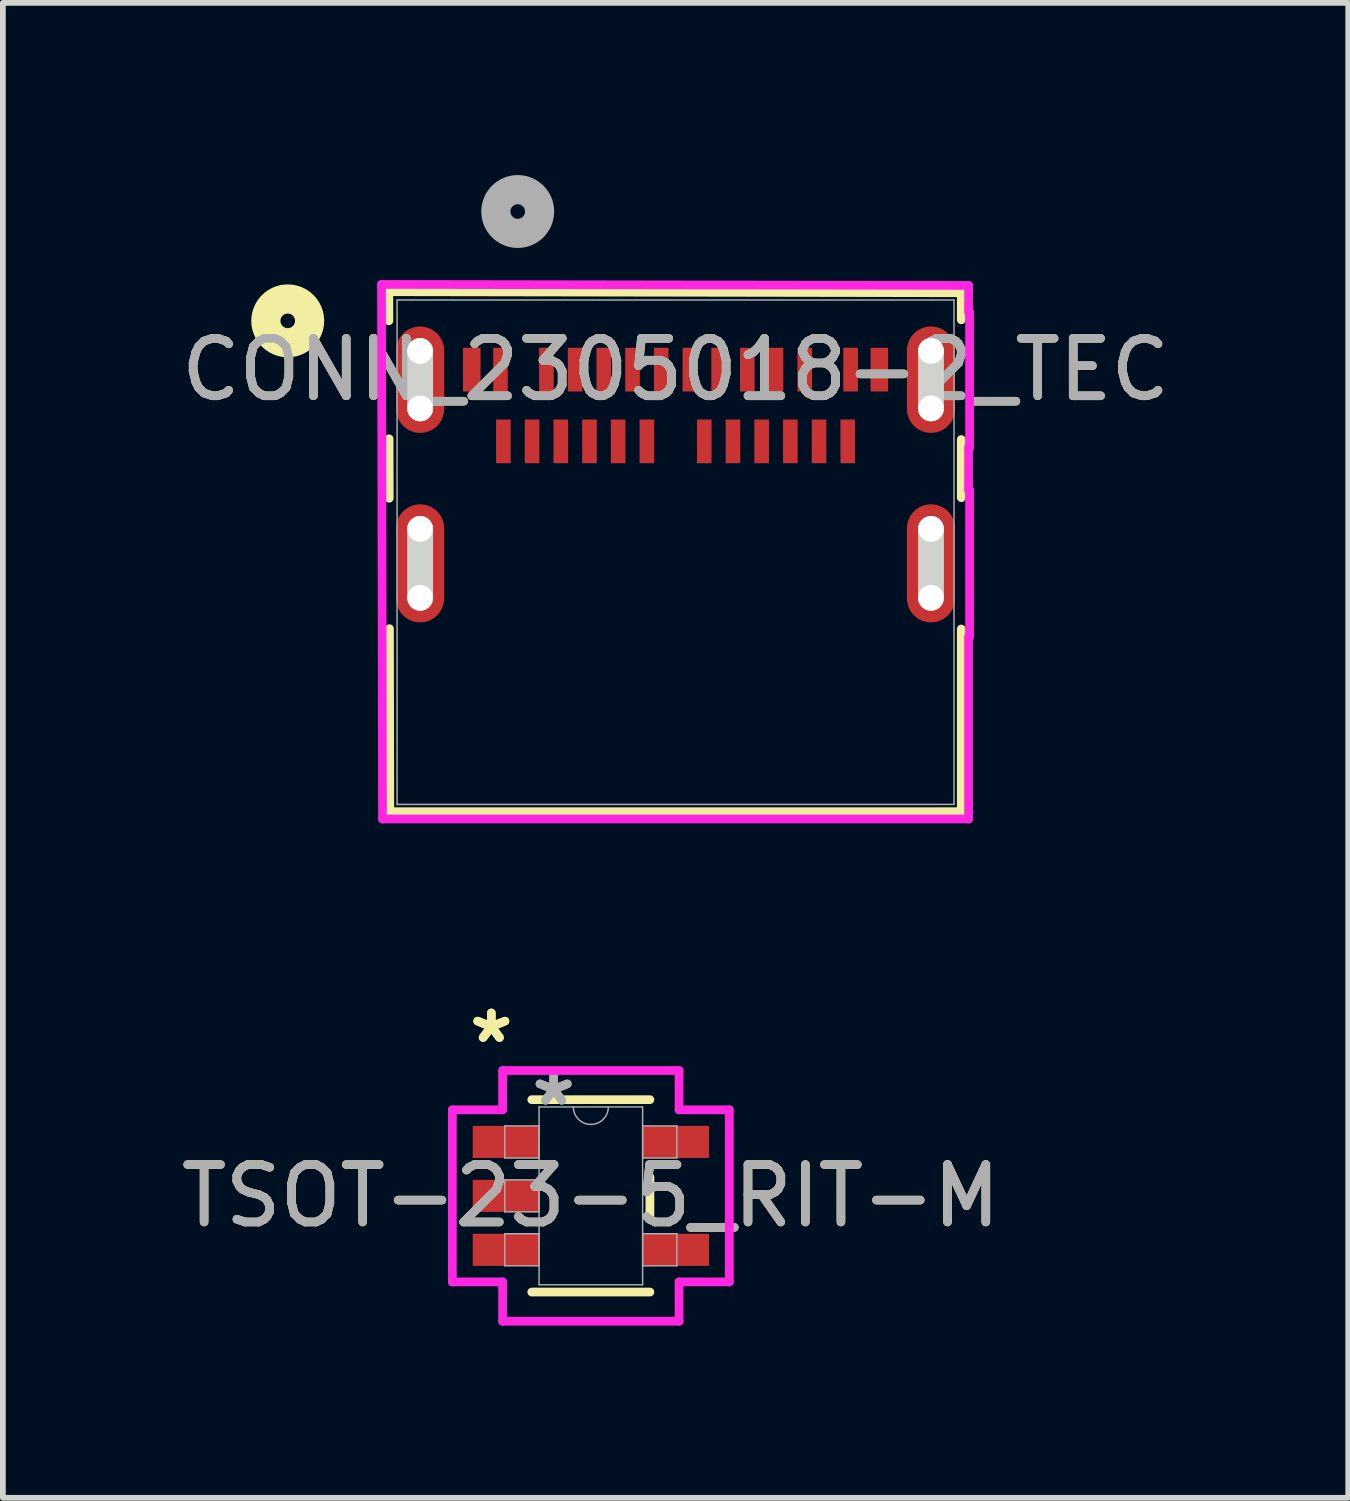
<source format=kicad_pcb>
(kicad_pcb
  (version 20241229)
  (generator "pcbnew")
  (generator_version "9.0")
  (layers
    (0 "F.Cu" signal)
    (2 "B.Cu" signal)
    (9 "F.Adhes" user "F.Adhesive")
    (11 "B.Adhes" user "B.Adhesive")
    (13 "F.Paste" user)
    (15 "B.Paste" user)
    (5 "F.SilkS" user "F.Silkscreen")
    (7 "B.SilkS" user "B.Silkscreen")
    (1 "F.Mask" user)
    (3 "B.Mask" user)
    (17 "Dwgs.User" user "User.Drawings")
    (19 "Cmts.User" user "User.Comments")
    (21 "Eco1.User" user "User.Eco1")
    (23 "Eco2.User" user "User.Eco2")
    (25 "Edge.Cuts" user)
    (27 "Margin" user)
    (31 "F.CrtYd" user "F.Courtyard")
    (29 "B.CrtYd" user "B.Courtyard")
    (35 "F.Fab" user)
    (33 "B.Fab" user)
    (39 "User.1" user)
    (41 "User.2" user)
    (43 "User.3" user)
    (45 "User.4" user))
  (footprint "CONN_2305018-2_TEC"
    (layer "F.Cu")
    (at 8.711 6.562)
    (property "Reference" "CONN_2305018-2_TEC" (at 0.009 -3.172 0) (unlocked yes) (layer "F.SilkS") (effects (font (size 1 1) (thickness 0.15))))
    (attr smd)
    (fp_line (start -4.987 -4.53) (end 4.987 -4.512) (stroke (width 0.152) (type solid)) (layer "F.SilkS"))
    (fp_line (start -4.986 -4.023) (end -4.987 -4.53) (stroke (width 0.152) (type solid)) (layer "F.SilkS"))
    (fp_line (start -4.98 -0.931) (end -4.982 -1.967) (stroke (width 0.152) (type solid)) (layer "F.SilkS"))
    (fp_line (start -4.97 4.53) (end -4.976 1.341) (stroke (width 0.152) (type solid)) (layer "F.SilkS"))
    (fp_line (start 4.987 -4.512) (end 4.987 -4.04) (stroke (width 0.152) (type solid)) (layer "F.SilkS"))
    (fp_line (start 4.987 -1.954) (end 4.987 -0.941) (stroke (width 0.152) (type solid)) (layer "F.SilkS"))
    (fp_line (start 4.987 1.347) (end 4.987 4.53) (stroke (width 0.152) (type solid)) (layer "F.SilkS"))
    (fp_line (start 4.987 4.53) (end -4.97 4.53) (stroke (width 0.152) (type solid)) (layer "F.SilkS"))
    (fp_circle (center -6.748 -4.022) (end -6.367 -4.022) (stroke (width 0.508) (type solid)) (fill no) (layer "F.SilkS"))
    (fp_line (start -4.441 -2.497) (end -4.441 -3.497) (stroke (width 0.45) (type solid)) (layer "Edge.Cuts"))
    (fp_line (start -4.441 0.803) (end -4.441 -0.397) (stroke (width 0.45) (type solid)) (layer "Edge.Cuts"))
    (fp_line (start 4.459 -2.497) (end 4.459 -3.497) (stroke (width 0.45) (type solid)) (layer "Edge.Cuts"))
    (fp_line (start 4.459 0.803) (end 4.459 -0.397) (stroke (width 0.45) (type solid)) (layer "Edge.Cuts"))
    (fp_line (start -5.114 -4.657) (end -5.097 4.657) (stroke (width 0.152) (type solid)) (layer "F.CrtYd"))
    (fp_line (start -5.097 4.657) (end 5.114 4.657) (stroke (width 0.152) (type solid)) (layer "F.CrtYd"))
    (fp_line (start 5.114 -4.639) (end -5.114 -4.657) (stroke (width 0.152) (type solid)) (layer "F.CrtYd"))
    (fp_line (start 5.114 -4.178) (end 5.114 -4.639) (stroke (width 0.152) (type solid)) (layer "F.CrtYd"))
    (fp_line (start 5.114 -1.816) (end 5.132 -1.816) (stroke (width 0.152) (type solid)) (layer "F.CrtYd"))
    (fp_line (start 5.114 -1.08) (end 5.114 -1.816) (stroke (width 0.152) (type solid)) (layer "F.CrtYd"))
    (fp_line (start 5.114 1.486) (end 5.132 1.486) (stroke (width 0.152) (type solid)) (layer "F.CrtYd"))
    (fp_line (start 5.114 4.657) (end 5.114 1.486) (stroke (width 0.152) (type solid)) (layer "F.CrtYd"))
    (fp_line (start 5.132 -4.178) (end 5.114 -4.178) (stroke (width 0.152) (type solid)) (layer "F.CrtYd"))
    (fp_line (start 5.132 -1.816) (end 5.132 -4.178) (stroke (width 0.152) (type solid)) (layer "F.CrtYd"))
    (fp_line (start 5.132 -1.08) (end 5.114 -1.08) (stroke (width 0.152) (type solid)) (layer "F.CrtYd"))
    (fp_line (start 5.132 1.486) (end 5.132 -1.08) (stroke (width 0.152) (type solid)) (layer "F.CrtYd"))
    (fp_line (start -4.843 -4.385) (end -4.843 4.403) (stroke (width 0.025) (type solid)) (layer "F.Fab"))
    (fp_line (start -4.843 4.403) (end 4.86 4.403) (stroke (width 0.025) (type solid)) (layer "F.Fab"))
    (fp_line (start 4.86 -4.385) (end -4.843 -4.385) (stroke (width 0.025) (type solid)) (layer "F.Fab"))
    (fp_line (start 4.86 4.403) (end 4.86 -4.385) (stroke (width 0.025) (type solid)) (layer "F.Fab"))
    (fp_circle (center -2.741 -5.927) (end -2.36 -5.927) (stroke (width 0.508) (type solid)) (fill no) (layer "F.Fab"))
    (fp_text user "${REFERENCE}" (at 0.009 -3.172 0) (unlocked yes) (layer "F.Fab") (effects (font (size 1 1) (thickness 0.15))))
    (pad "" np_thru_hole circle (at -4.441 -3.497) (size 0.45 0.45) (drill 0.45) (layers "*.Cu" "*.Mask"))
    (pad "" np_thru_hole circle (at -4.441 -2.497) (size 0.45 0.45) (drill 0.45) (layers "*.Cu" "*.Mask"))
    (pad "" np_thru_hole circle (at -4.441 -0.397) (size 0.45 0.45) (drill 0.45) (layers "*.Cu" "*.Mask"))
    (pad "" np_thru_hole circle (at -4.441 0.803) (size 0.45 0.45) (drill 0.45) (layers "*.Cu" "*.Mask"))
    (pad "" np_thru_hole circle (at 4.459 -3.497) (size 0.45 0.45) (drill 0.45) (layers "*.Cu" "*.Mask"))
    (pad "" np_thru_hole circle (at 4.459 -2.497) (size 0.45 0.45) (drill 0.45) (layers "*.Cu" "*.Mask"))
    (pad "" np_thru_hole circle (at 4.459 -0.397) (size 0.45 0.45) (drill 0.45) (layers "*.Cu" "*.Mask"))
    (pad "" np_thru_hole circle (at 4.459 0.803) (size 0.45 0.45) (drill 0.45) (layers "*.Cu" "*.Mask"))
    (pad "25" smd rect (at -3.541 -3.172) (size 0.305 0.762) (layers "F.Cu" "F.Mask" "F.Paste"))
    (pad "26" smd rect (at 3.559 -3.172) (size 0.305 0.762) (layers "F.Cu" "F.Mask" "F.Paste"))
    (pad "27" smd oval (at -4.441 -2.997) (size 0.838 1.854) (layers "F.Cu" "F.Mask" "F.Paste"))
    (pad "28" smd oval (at 4.459 -2.997) (size 0.838 1.854) (layers "F.Cu" "F.Mask" "F.Paste"))
    (pad "29" smd oval (at -4.441 0.203) (size 0.838 2.057) (layers "F.Cu" "F.Mask" "F.Paste"))
    (pad "30" smd oval (at 4.459 0.203) (size 0.838 2.057) (layers "F.Cu" "F.Mask" "F.Paste"))
    (pad "A1" smd rect (at -3.041 -3.172) (size 0.254 0.762) (layers "F.Cu" "F.Mask" "F.Paste"))
    (pad "A2" smd rect (at -2.241 -3.172) (size 0.254 0.762) (layers "F.Cu" "F.Mask" "F.Paste"))
    (pad "A3" smd rect (at -1.741 -3.172) (size 0.254 0.762) (layers "F.Cu" "F.Mask" "F.Paste"))
    (pad "A4" smd rect (at -1.241 -3.172) (size 0.254 0.762) (layers "F.Cu" "F.Mask" "F.Paste"))
    (pad "A5" smd rect (at -0.741 -3.172) (size 0.254 0.762) (layers "F.Cu" "F.Mask" "F.Paste"))
    (pad "A6" smd rect (at -0.241 -3.172) (size 0.254 0.762) (layers "F.Cu" "F.Mask" "F.Paste"))
    (pad "A7" smd rect (at 0.259 -3.172) (size 0.254 0.762) (layers "F.Cu" "F.Mask" "F.Paste"))
    (pad "A8" smd rect (at 0.759 -3.172) (size 0.254 0.762) (layers "F.Cu" "F.Mask" "F.Paste"))
    (pad "A9" smd rect (at 1.259 -3.172) (size 0.254 0.762) (layers "F.Cu" "F.Mask" "F.Paste"))
    (pad "A10" smd rect (at 1.759 -3.172) (size 0.254 0.762) (layers "F.Cu" "F.Mask" "F.Paste"))
    (pad "A11" smd rect (at 2.259 -3.172) (size 0.254 0.762) (layers "F.Cu" "F.Mask" "F.Paste"))
    (pad "A12" smd rect (at 3.059 -3.172) (size 0.254 0.762) (layers "F.Cu" "F.Mask" "F.Paste"))
    (pad "B1" smd rect (at 3.009 -1.922) (size 0.254 0.762) (layers "F.Cu" "F.Mask" "F.Paste"))
    (pad "B2" smd rect (at 2.509 -1.922) (size 0.254 0.762) (layers "F.Cu" "F.Mask" "F.Paste"))
    (pad "B3" smd rect (at 2.009 -1.922) (size 0.254 0.762) (layers "F.Cu" "F.Mask" "F.Paste"))
    (pad "B4" smd rect (at 1.509 -1.922) (size 0.254 0.762) (layers "F.Cu" "F.Mask" "F.Paste"))
    (pad "B5" smd rect (at 1.009 -1.922) (size 0.254 0.762) (layers "F.Cu" "F.Mask" "F.Paste"))
    (pad "B6" smd rect (at 0.509 -1.922) (size 0.254 0.762) (layers "F.Cu" "F.Mask" "F.Paste"))
    (pad "B7" smd rect (at -0.491 -1.922) (size 0.254 0.762) (layers "F.Cu" "F.Mask" "F.Paste"))
    (pad "B8" smd rect (at -0.991 -1.922) (size 0.254 0.762) (layers "F.Cu" "F.Mask" "F.Paste"))
    (pad "B9" smd rect (at -1.491 -1.922) (size 0.254 0.762) (layers "F.Cu" "F.Mask" "F.Paste"))
    (pad "B10" smd rect (at -1.991 -1.922) (size 0.254 0.762) (layers "F.Cu" "F.Mask" "F.Paste"))
    (pad "B11" smd rect (at -2.491 -1.922) (size 0.254 0.762) (layers "F.Cu" "F.Mask" "F.Paste"))
    (pad "B12" smd rect (at -2.991 -1.922) (size 0.254 0.762) (layers "F.Cu" "F.Mask" "F.Paste")))
  (footprint "TSOT-23-5_RIT-M"
    (layer "F.Cu")
    (at 7.244 17.785)
    (property "Reference" "TSOT-23-5_RIT-M" (at 0 0 0) (unlocked yes) (layer "F.SilkS") (effects (font (size 1 1) (thickness 0.15))))
    (attr smd)
    (fp_line (start -1.029 1.676) (end 1.029 1.676) (stroke (width 0.152) (type solid)) (layer "F.SilkS"))
    (fp_line (start 1.029 -1.676) (end -1.029 -1.676) (stroke (width 0.152) (type solid)) (layer "F.SilkS"))
    (fp_line (start 1.029 0.328) (end 1.029 -0.328) (stroke (width 0.152) (type solid)) (layer "F.SilkS"))
    (fp_line (start -2.413 -1.499) (end -1.537 -1.499) (stroke (width 0.152) (type solid)) (layer "F.CrtYd"))
    (fp_line (start -2.413 1.499) (end -2.413 -1.499) (stroke (width 0.152) (type solid)) (layer "F.CrtYd"))
    (fp_line (start -1.537 -2.184) (end 1.537 -2.184) (stroke (width 0.152) (type solid)) (layer "F.CrtYd"))
    (fp_line (start -1.537 -1.499) (end -1.537 -2.184) (stroke (width 0.152) (type solid)) (layer "F.CrtYd"))
    (fp_line (start -1.537 1.499) (end -2.413 1.499) (stroke (width 0.152) (type solid)) (layer "F.CrtYd"))
    (fp_line (start -1.537 2.184) (end -1.537 1.499) (stroke (width 0.152) (type solid)) (layer "F.CrtYd"))
    (fp_line (start 1.537 -2.184) (end 1.537 -1.499) (stroke (width 0.152) (type solid)) (layer "F.CrtYd"))
    (fp_line (start 1.537 -1.499) (end 2.413 -1.499) (stroke (width 0.152) (type solid)) (layer "F.CrtYd"))
    (fp_line (start 1.537 1.499) (end 1.537 2.184) (stroke (width 0.152) (type solid)) (layer "F.CrtYd"))
    (fp_line (start 1.537 2.184) (end -1.537 2.184) (stroke (width 0.152) (type solid)) (layer "F.CrtYd"))
    (fp_line (start 2.413 -1.499) (end 2.413 1.499) (stroke (width 0.152) (type solid)) (layer "F.CrtYd"))
    (fp_line (start 2.413 1.499) (end 1.537 1.499) (stroke (width 0.152) (type solid)) (layer "F.CrtYd"))
    (fp_line (start -1.499 -1.219) (end -1.499 -0.66) (stroke (width 0.025) (type solid)) (layer "F.Fab"))
    (fp_line (start -1.499 -0.66) (end -0.902 -0.66) (stroke (width 0.025) (type solid)) (layer "F.Fab"))
    (fp_line (start -1.499 -0.279) (end -1.499 0.279) (stroke (width 0.025) (type solid)) (layer "F.Fab"))
    (fp_line (start -1.499 0.279) (end -0.902 0.279) (stroke (width 0.025) (type solid)) (layer "F.Fab"))
    (fp_line (start -1.499 0.66) (end -1.499 1.219) (stroke (width 0.025) (type solid)) (layer "F.Fab"))
    (fp_line (start -1.499 1.219) (end -0.902 1.219) (stroke (width 0.025) (type solid)) (layer "F.Fab"))
    (fp_line (start -0.902 -1.549) (end -0.902 1.549) (stroke (width 0.025) (type solid)) (layer "F.Fab"))
    (fp_line (start -0.902 -1.219) (end -1.499 -1.219) (stroke (width 0.025) (type solid)) (layer "F.Fab"))
    (fp_line (start -0.902 -0.66) (end -0.902 -1.219) (stroke (width 0.025) (type solid)) (layer "F.Fab"))
    (fp_line (start -0.902 -0.279) (end -1.499 -0.279) (stroke (width 0.025) (type solid)) (layer "F.Fab"))
    (fp_line (start -0.902 0.279) (end -0.902 -0.279) (stroke (width 0.025) (type solid)) (layer "F.Fab"))
    (fp_line (start -0.902 0.66) (end -1.499 0.66) (stroke (width 0.025) (type solid)) (layer "F.Fab"))
    (fp_line (start -0.902 1.219) (end -0.902 0.66) (stroke (width 0.025) (type solid)) (layer "F.Fab"))
    (fp_line (start -0.902 1.549) (end 0.902 1.549) (stroke (width 0.025) (type solid)) (layer "F.Fab"))
    (fp_line (start 0.902 -1.549) (end -0.902 -1.549) (stroke (width 0.025) (type solid)) (layer "F.Fab"))
    (fp_line (start 0.902 -1.219) (end 0.902 -0.66) (stroke (width 0.025) (type solid)) (layer "F.Fab"))
    (fp_line (start 0.902 -0.66) (end 1.499 -0.66) (stroke (width 0.025) (type solid)) (layer "F.Fab"))
    (fp_line (start 0.902 0.66) (end 0.902 1.219) (stroke (width 0.025) (type solid)) (layer "F.Fab"))
    (fp_line (start 0.902 1.219) (end 1.499 1.219) (stroke (width 0.025) (type solid)) (layer "F.Fab"))
    (fp_line (start 0.902 1.549) (end 0.902 -1.549) (stroke (width 0.025) (type solid)) (layer "F.Fab"))
    (fp_line (start 1.499 -1.219) (end 0.902 -1.219) (stroke (width 0.025) (type solid)) (layer "F.Fab"))
    (fp_line (start 1.499 -0.66) (end 1.499 -1.219) (stroke (width 0.025) (type solid)) (layer "F.Fab"))
    (fp_line (start 1.499 0.66) (end 0.902 0.66) (stroke (width 0.025) (type solid)) (layer "F.Fab"))
    (fp_line (start 1.499 1.219) (end 1.499 0.66) (stroke (width 0.025) (type solid)) (layer "F.Fab"))
    (fp_arc (start 0.3048 -1.5494) (mid 0 -1.2446) (end -0.3048 -1.5494) (stroke (width 0.0254) (type solid)) (layer "F.Fab"))
    (fp_text user "*" (at -1.734 -2.642 0) (layer "F.SilkS") (effects (font (size 1 1) (thickness 0.15))))
    (fp_text user "*" (at -1.734 -2.642 0) (unlocked yes) (layer "F.SilkS") (effects (font (size 1 1) (thickness 0.15))))
    (fp_text user "${REFERENCE}" (at 0 0 0) (unlocked yes) (layer "F.Fab") (effects (font (size 1 1) (thickness 0.15))))
    (fp_text user "*" (at -0.648 -1.549 0) (layer "F.Fab") (effects (font (size 1 1) (thickness 0.15))))
    (fp_text user "*" (at -0.648 -1.549 0) (unlocked yes) (layer "F.Fab") (effects (font (size 1 1) (thickness 0.15))))
    (pad "1" smd rect (at -1.48 -0.94) (size 1.156 0.559) (layers "F.Cu" "F.Mask" "F.Paste"))
    (pad "2" smd rect (at -1.48 0) (size 1.156 0.559) (layers "F.Cu" "F.Mask" "F.Paste"))
    (pad "3" smd rect (at -1.48 0.94) (size 1.156 0.559) (layers "F.Cu" "F.Mask" "F.Paste"))
    (pad "4" smd rect (at 1.48 0.94) (size 1.156 0.559) (layers "F.Cu" "F.Mask" "F.Paste"))
    (pad "5" smd rect (at 1.48 -0.94) (size 1.156 0.559) (layers "F.Cu" "F.Mask" "F.Paste")))
  (gr_rect
    (start -3 -3)
    (end 20.44 23.046)
    (stroke (width 0.1) (type default))
    (fill no)
    (layer "Edge.Cuts")))
</source>
